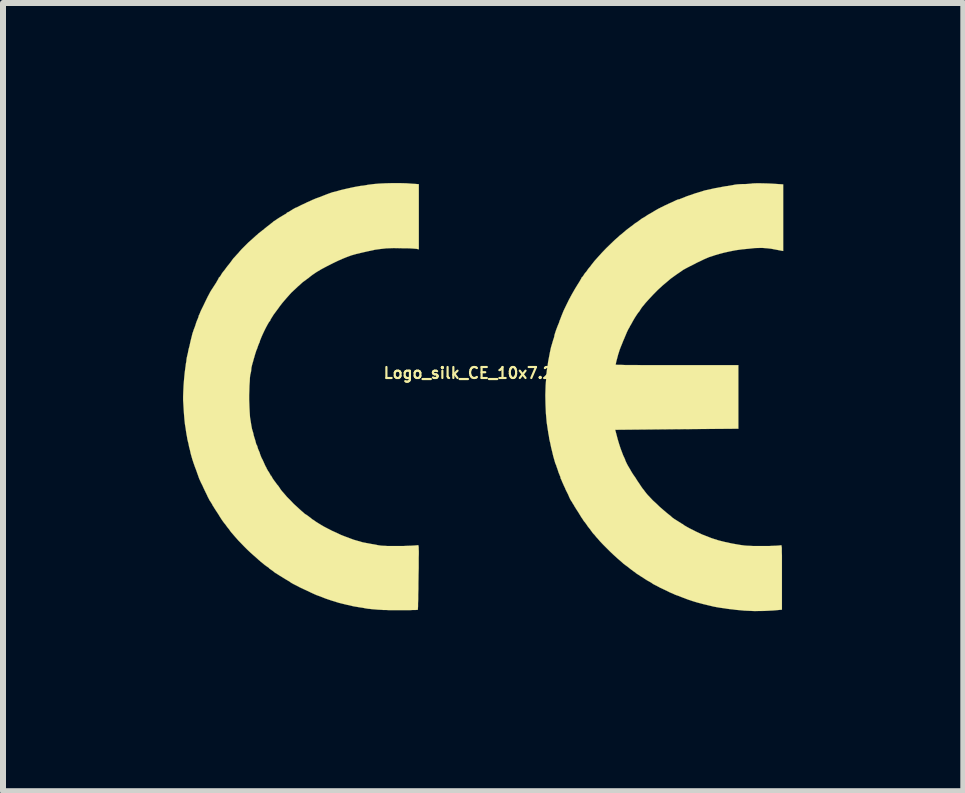
<source format=kicad_pcb>
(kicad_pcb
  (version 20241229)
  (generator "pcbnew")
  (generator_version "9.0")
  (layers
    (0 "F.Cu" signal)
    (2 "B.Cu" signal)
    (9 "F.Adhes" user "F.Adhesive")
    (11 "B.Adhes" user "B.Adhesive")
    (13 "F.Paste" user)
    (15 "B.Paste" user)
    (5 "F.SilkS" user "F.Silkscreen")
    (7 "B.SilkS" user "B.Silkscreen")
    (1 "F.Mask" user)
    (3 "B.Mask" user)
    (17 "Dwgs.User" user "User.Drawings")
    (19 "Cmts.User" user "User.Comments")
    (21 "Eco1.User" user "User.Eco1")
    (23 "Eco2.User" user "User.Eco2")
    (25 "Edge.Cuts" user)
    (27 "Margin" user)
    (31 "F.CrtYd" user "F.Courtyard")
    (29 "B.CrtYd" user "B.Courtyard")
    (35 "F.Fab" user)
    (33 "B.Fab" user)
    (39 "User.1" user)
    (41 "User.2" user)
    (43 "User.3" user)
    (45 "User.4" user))
  (footprint "Logo_silk_CE_10x7.2mm"
    (layer "F.Cu")
    (at 5 3.565)
    (property "Reference" "Logo_silk_CE_10x7.2mm" (at 0 -0.4 0) (layer "F.SilkS") (effects (font (size 0.183 0.183) (thickness 0.036))))
    (attr exclude_from_pos_files exclude_from_bom)
    (fp_poly (pts (xy 4.999 -2.433) (xy 4.971 -2.438) (xy 4.877 -2.456) (xy 4.798 -2.471) (xy 4.727 -2.479) (xy 4.658 -2.484) (xy 4.61 -2.484) (xy 4.524 -2.482) (xy 4.425 -2.471) (xy 4.318 -2.461) (xy 4.209 -2.446) (xy 4.107 -2.426) (xy 4.013 -2.405) (xy 3.937 -2.385) (xy 3.868 -2.365) (xy 3.815 -2.347) (xy 3.767 -2.332) (xy 3.724 -2.314) (xy 3.678 -2.294) (xy 3.625 -2.268) (xy 3.561 -2.238) (xy 3.528 -2.22) (xy 3.452 -2.182) (xy 3.388 -2.149) (xy 3.332 -2.118) (xy 3.282 -2.083) (xy 3.226 -2.045) (xy 3.162 -1.999) (xy 3.127 -1.974) (xy 3.061 -1.918) (xy 2.985 -1.854) (xy 2.908 -1.783) (xy 2.835 -1.709) (xy 2.769 -1.638) (xy 2.718 -1.582) (xy 2.692 -1.552) (xy 2.67 -1.524) (xy 2.654 -1.506) (xy 2.637 -1.483) (xy 2.619 -1.455) (xy 2.606 -1.433) (xy 2.596 -1.42) (xy 2.583 -1.405) (xy 2.56 -1.372) (xy 2.53 -1.326) (xy 2.497 -1.27) (xy 2.461 -1.204) (xy 2.449 -1.186) (xy 2.433 -1.153) (xy 2.418 -1.13) (xy 2.413 -1.118) (xy 2.405 -1.102) (xy 2.393 -1.077) (xy 2.388 -1.064) (xy 2.372 -1.026) (xy 2.355 -0.986) (xy 2.352 -0.978) (xy 2.332 -0.932) (xy 2.311 -0.879) (xy 2.289 -0.826) (xy 2.271 -0.777) (xy 2.258 -0.734) (xy 2.248 -0.706) (xy 2.248 -0.704) (xy 2.24 -0.673) (xy 2.23 -0.635) (xy 2.223 -0.61) (xy 2.215 -0.577) (xy 2.21 -0.551) (xy 2.207 -0.541) (xy 2.217 -0.538) (xy 2.248 -0.536) (xy 2.296 -0.536) (xy 2.365 -0.533) (xy 2.451 -0.533) (xy 2.553 -0.533) (xy 2.672 -0.531) (xy 2.809 -0.531) (xy 2.959 -0.531) (xy 3.124 -0.531) (xy 3.231 -0.531) (xy 4.252 -0.531) (xy 4.252 0) (xy 4.252 0.528) (xy 3.226 0.536) (xy 2.2 0.546) (xy 2.225 0.64) (xy 2.243 0.709) (xy 2.266 0.785) (xy 2.289 0.856) (xy 2.314 0.922) (xy 2.332 0.97) (xy 2.349 1.006) (xy 2.365 1.041) (xy 2.367 1.052) (xy 2.385 1.092) (xy 2.403 1.128) (xy 2.423 1.163) (xy 2.446 1.201) (xy 2.469 1.242) (xy 2.499 1.29) (xy 2.535 1.341) (xy 2.568 1.394) (xy 2.603 1.445) (xy 2.631 1.488) (xy 2.654 1.521) (xy 2.67 1.542) (xy 2.672 1.542) (xy 2.692 1.57) (xy 2.715 1.6) (xy 2.741 1.631) (xy 2.779 1.671) (xy 2.827 1.722) (xy 2.883 1.773) (xy 2.941 1.829) (xy 3 1.88) (xy 3.056 1.928) (xy 3.091 1.956) (xy 3.117 1.976) (xy 3.137 1.994) (xy 3.142 1.999) (xy 3.157 2.012) (xy 3.185 2.032) (xy 3.218 2.052) (xy 3.254 2.075) (xy 3.287 2.095) (xy 3.31 2.111) (xy 3.322 2.116) (xy 3.332 2.121) (xy 3.332 2.123) (xy 3.34 2.131) (xy 3.365 2.146) (xy 3.401 2.167) (xy 3.447 2.192) (xy 3.498 2.217) (xy 3.548 2.243) (xy 3.602 2.268) (xy 3.65 2.291) (xy 3.691 2.306) (xy 3.696 2.309) (xy 3.807 2.352) (xy 3.919 2.388) (xy 4.031 2.416) (xy 4.148 2.441) (xy 4.28 2.464) (xy 4.354 2.474) (xy 4.389 2.477) (xy 4.435 2.479) (xy 4.493 2.482) (xy 4.559 2.482) (xy 4.63 2.482) (xy 4.702 2.482) (xy 4.77 2.482) (xy 4.834 2.479) (xy 4.887 2.477) (xy 4.928 2.474) (xy 4.956 2.471) (xy 4.961 2.469) (xy 4.966 2.469) (xy 4.968 2.471) (xy 4.971 2.477) (xy 4.973 2.492) (xy 4.976 2.512) (xy 4.976 2.543) (xy 4.976 2.583) (xy 4.978 2.639) (xy 4.978 2.708) (xy 4.978 2.791) (xy 4.978 2.893) (xy 4.978 3.002) (xy 4.978 3.543) (xy 4.839 3.556) (xy 4.684 3.564) (xy 4.519 3.566) (xy 4.354 3.559) (xy 4.272 3.551) (xy 4.214 3.546) (xy 4.155 3.538) (xy 4.105 3.533) (xy 4.067 3.528) (xy 4.018 3.52) (xy 3.965 3.513) (xy 3.932 3.508) (xy 3.886 3.5) (xy 3.833 3.49) (xy 3.802 3.482) (xy 3.759 3.472) (xy 3.706 3.459) (xy 3.655 3.447) (xy 3.647 3.444) (xy 3.569 3.424) (xy 3.493 3.401) (xy 3.409 3.373) (xy 3.317 3.338) (xy 3.277 3.322) (xy 3.251 3.312) (xy 3.223 3.302) (xy 3.221 3.302) (xy 3.195 3.292) (xy 3.157 3.274) (xy 3.109 3.254) (xy 3.058 3.228) (xy 3.005 3.203) (xy 2.951 3.178) (xy 2.903 3.152) (xy 2.863 3.132) (xy 2.835 3.117) (xy 2.822 3.109) (xy 2.809 3.099) (xy 2.797 3.091) (xy 2.756 3.068) (xy 2.725 3.051) (xy 2.715 3.043) (xy 2.7 3.035) (xy 2.675 3.018) (xy 2.642 2.997) (xy 2.626 2.987) (xy 2.591 2.964) (xy 2.563 2.946) (xy 2.548 2.936) (xy 2.545 2.934) (xy 2.535 2.924) (xy 2.512 2.908) (xy 2.504 2.903) (xy 2.482 2.885) (xy 2.466 2.875) (xy 2.464 2.873) (xy 2.451 2.863) (xy 2.431 2.847) (xy 2.423 2.84) (xy 2.367 2.799) (xy 2.337 2.776) (xy 2.324 2.764) (xy 2.301 2.743) (xy 2.268 2.715) (xy 2.23 2.682) (xy 2.223 2.675) (xy 2.174 2.631) (xy 2.116 2.576) (xy 2.057 2.517) (xy 1.999 2.459) (xy 1.946 2.403) (xy 1.905 2.355) (xy 1.892 2.342) (xy 1.869 2.314) (xy 1.849 2.289) (xy 1.844 2.286) (xy 1.824 2.263) (xy 1.803 2.233) (xy 1.798 2.228) (xy 1.783 2.205) (xy 1.77 2.189) (xy 1.768 2.187) (xy 1.76 2.177) (xy 1.742 2.154) (xy 1.727 2.131) (xy 1.707 2.103) (xy 1.692 2.083) (xy 1.684 2.075) (xy 1.676 2.065) (xy 1.661 2.04) (xy 1.638 2.007) (xy 1.613 1.966) (xy 1.61 1.961) (xy 1.585 1.92) (xy 1.562 1.885) (xy 1.544 1.857) (xy 1.537 1.844) (xy 1.527 1.831) (xy 1.514 1.806) (xy 1.491 1.77) (xy 1.488 1.765) (xy 1.478 1.745) (xy 1.471 1.737) (xy 1.463 1.725) (xy 1.45 1.702) (xy 1.433 1.666) (xy 1.415 1.623) (xy 1.394 1.582) (xy 1.374 1.542) (xy 1.364 1.516) (xy 1.349 1.486) (xy 1.331 1.445) (xy 1.316 1.412) (xy 1.303 1.379) (xy 1.29 1.354) (xy 1.288 1.339) (xy 1.283 1.321) (xy 1.278 1.311) (xy 1.27 1.29) (xy 1.257 1.26) (xy 1.247 1.227) (xy 1.234 1.189) (xy 1.222 1.156) (xy 1.217 1.138) (xy 1.201 1.102) (xy 1.186 1.049) (xy 1.168 0.986) (xy 1.151 0.914) (xy 1.133 0.841) (xy 1.118 0.767) (xy 1.102 0.701) (xy 1.095 0.648) (xy 1.087 0.61) (xy 1.082 0.574) (xy 1.079 0.556) (xy 1.059 0.424) (xy 1.046 0.277) (xy 1.039 0.122) (xy 1.036 -0.033) (xy 1.041 -0.185) (xy 1.041 -0.191) (xy 1.046 -0.257) (xy 1.052 -0.32) (xy 1.054 -0.376) (xy 1.059 -0.422) (xy 1.062 -0.447) (xy 1.069 -0.493) (xy 1.077 -0.544) (xy 1.082 -0.584) (xy 1.097 -0.663) (xy 1.113 -0.747) (xy 1.13 -0.826) (xy 1.151 -0.897) (xy 1.168 -0.955) (xy 1.176 -0.978) (xy 1.184 -1.003) (xy 1.186 -1.019) (xy 1.189 -1.036) (xy 1.199 -1.067) (xy 1.212 -1.107) (xy 1.229 -1.153) (xy 1.247 -1.199) (xy 1.257 -1.222) (xy 1.265 -1.242) (xy 1.275 -1.275) (xy 1.283 -1.293) (xy 1.308 -1.359) (xy 1.341 -1.44) (xy 1.384 -1.529) (xy 1.43 -1.623) (xy 1.481 -1.717) (xy 1.532 -1.806) (xy 1.582 -1.887) (xy 1.6 -1.915) (xy 1.618 -1.946) (xy 1.631 -1.968) (xy 1.636 -1.979) (xy 1.641 -1.991) (xy 1.643 -1.994) (xy 1.654 -2.002) (xy 1.666 -2.019) (xy 1.669 -2.022) (xy 1.684 -2.047) (xy 1.699 -2.068) (xy 1.714 -2.083) (xy 1.732 -2.108) (xy 1.737 -2.116) (xy 1.755 -2.141) (xy 1.77 -2.159) (xy 1.773 -2.162) (xy 1.786 -2.177) (xy 1.803 -2.202) (xy 1.808 -2.207) (xy 1.854 -2.266) (xy 1.913 -2.332) (xy 1.979 -2.405) (xy 2.05 -2.479) (xy 2.123 -2.55) (xy 2.195 -2.619) (xy 2.261 -2.677) (xy 2.268 -2.685) (xy 2.306 -2.715) (xy 2.339 -2.743) (xy 2.365 -2.764) (xy 2.377 -2.776) (xy 2.426 -2.814) (xy 2.464 -2.842) (xy 2.489 -2.86) (xy 2.507 -2.875) (xy 2.512 -2.878) (xy 2.527 -2.891) (xy 2.553 -2.908) (xy 2.563 -2.913) (xy 2.591 -2.934) (xy 2.614 -2.951) (xy 2.619 -2.954) (xy 2.642 -2.972) (xy 2.664 -2.985) (xy 2.687 -2.997) (xy 2.697 -3.005) (xy 2.71 -3.012) (xy 2.728 -3.025) (xy 2.748 -3.038) (xy 2.781 -3.056) (xy 2.819 -3.078) (xy 2.832 -3.086) (xy 2.873 -3.111) (xy 2.913 -3.134) (xy 2.949 -3.152) (xy 2.954 -3.155) (xy 3.025 -3.19) (xy 3.091 -3.221) (xy 3.147 -3.246) (xy 3.195 -3.269) (xy 3.228 -3.284) (xy 3.249 -3.292) (xy 3.266 -3.294) (xy 3.299 -3.307) (xy 3.35 -3.327) (xy 3.388 -3.343) (xy 3.533 -3.393) (xy 3.693 -3.442) (xy 3.866 -3.48) (xy 4.046 -3.513) (xy 4.069 -3.515) (xy 4.115 -3.523) (xy 4.161 -3.531) (xy 4.194 -3.538) (xy 4.232 -3.543) (xy 4.277 -3.546) (xy 4.318 -3.548) (xy 4.364 -3.548) (xy 4.417 -3.551) (xy 4.473 -3.556) (xy 4.488 -3.559) (xy 4.549 -3.561) (xy 4.625 -3.561) (xy 4.717 -3.559) (xy 4.793 -3.556) (xy 4.999 -3.543) (xy 4.999 -2.987) (xy 4.999 -2.433)) (stroke (width 0.003) (type solid)) (fill yes) (layer "F.SilkS"))
    (fp_poly (pts (xy -1.072 -2.461) (xy -1.11 -2.469) (xy -1.133 -2.471) (xy -1.171 -2.474) (xy -1.222 -2.477) (xy -1.283 -2.479) (xy -1.346 -2.479) (xy -1.491 -2.482) (xy -1.618 -2.477) (xy -1.732 -2.464) (xy -1.803 -2.454) (xy -1.923 -2.428) (xy -2.024 -2.405) (xy -2.116 -2.383) (xy -2.197 -2.36) (xy -2.273 -2.332) (xy -2.349 -2.301) (xy -2.428 -2.266) (xy -2.502 -2.23) (xy -2.603 -2.179) (xy -2.697 -2.129) (xy -2.779 -2.08) (xy -2.845 -2.035) (xy -2.896 -1.996) (xy -2.906 -1.986) (xy -2.921 -1.976) (xy -2.946 -1.958) (xy -2.954 -1.951) (xy -2.979 -1.933) (xy -2.997 -1.92) (xy -3.002 -1.918) (xy -3.015 -1.905) (xy -3.038 -1.885) (xy -3.068 -1.857) (xy -3.084 -1.844) (xy -3.127 -1.803) (xy -3.165 -1.768) (xy -3.2 -1.735) (xy -3.236 -1.694) (xy -3.277 -1.648) (xy -3.31 -1.61) (xy -3.348 -1.565) (xy -3.386 -1.516) (xy -3.424 -1.463) (xy -3.462 -1.412) (xy -3.495 -1.367) (xy -3.52 -1.326) (xy -3.538 -1.298) (xy -3.546 -1.28) (xy -3.546 -1.278) (xy -3.553 -1.265) (xy -3.564 -1.255) (xy -3.581 -1.227) (xy -3.602 -1.189) (xy -3.625 -1.146) (xy -3.65 -1.095) (xy -3.673 -1.046) (xy -3.693 -1.001) (xy -3.708 -0.963) (xy -3.719 -0.937) (xy -3.721 -0.927) (xy -3.726 -0.907) (xy -3.729 -0.904) (xy -3.736 -0.889) (xy -3.747 -0.861) (xy -3.752 -0.848) (xy -3.762 -0.818) (xy -3.769 -0.798) (xy -3.772 -0.792) (xy -3.777 -0.782) (xy -3.782 -0.767) (xy -3.79 -0.742) (xy -3.802 -0.704) (xy -3.815 -0.658) (xy -3.823 -0.632) (xy -3.833 -0.594) (xy -3.843 -0.561) (xy -3.853 -0.523) (xy -3.861 -0.488) (xy -3.863 -0.465) (xy -3.866 -0.432) (xy -3.873 -0.399) (xy -3.881 -0.368) (xy -3.886 -0.32) (xy -3.889 -0.257) (xy -3.894 -0.188) (xy -3.896 -0.109) (xy -3.899 -0.03) (xy -3.899 0.043) (xy -3.896 0.117) (xy -3.894 0.173) (xy -3.889 0.264) (xy -3.884 0.34) (xy -3.873 0.406) (xy -3.863 0.47) (xy -3.851 0.533) (xy -3.83 0.602) (xy -3.823 0.638) (xy -3.81 0.681) (xy -3.797 0.721) (xy -3.79 0.749) (xy -3.782 0.78) (xy -3.774 0.798) (xy -3.772 0.8) (xy -3.764 0.815) (xy -3.757 0.843) (xy -3.752 0.859) (xy -3.741 0.886) (xy -3.731 0.909) (xy -3.729 0.914) (xy -3.721 0.932) (xy -3.721 0.937) (xy -3.716 0.953) (xy -3.706 0.98) (xy -3.691 1.016) (xy -3.678 1.039) (xy -3.658 1.082) (xy -3.64 1.123) (xy -3.625 1.156) (xy -3.619 1.163) (xy -3.604 1.196) (xy -3.584 1.232) (xy -3.576 1.242) (xy -3.559 1.27) (xy -3.548 1.29) (xy -3.546 1.295) (xy -3.541 1.308) (xy -3.536 1.308) (xy -3.528 1.316) (xy -3.526 1.321) (xy -3.52 1.333) (xy -3.505 1.359) (xy -3.482 1.392) (xy -3.457 1.425) (xy -3.432 1.46) (xy -3.419 1.473) (xy -3.404 1.494) (xy -3.386 1.521) (xy -3.378 1.534) (xy -3.353 1.567) (xy -3.315 1.61) (xy -3.269 1.664) (xy -3.213 1.72) (xy -3.155 1.781) (xy -3.091 1.839) (xy -3.061 1.867) (xy -3.025 1.9) (xy -3 1.92) (xy -2.982 1.938) (xy -2.964 1.951) (xy -2.944 1.963) (xy -2.918 1.981) (xy -2.891 2.002) (xy -2.87 2.017) (xy -2.863 2.024) (xy -2.85 2.035) (xy -2.822 2.052) (xy -2.786 2.078) (xy -2.741 2.106) (xy -2.695 2.134) (xy -2.647 2.162) (xy -2.583 2.195) (xy -2.515 2.23) (xy -2.441 2.263) (xy -2.372 2.296) (xy -2.314 2.319) (xy -2.159 2.377) (xy -2.007 2.421) (xy -1.847 2.451) (xy -1.844 2.451) (xy -1.798 2.459) (xy -1.75 2.469) (xy -1.717 2.474) (xy -1.692 2.477) (xy -1.651 2.479) (xy -1.598 2.482) (xy -1.534 2.482) (xy -1.466 2.482) (xy -1.394 2.482) (xy -1.323 2.482) (xy -1.257 2.479) (xy -1.196 2.477) (xy -1.146 2.474) (xy -1.11 2.471) (xy -1.09 2.469) (xy -1.085 2.466) (xy -1.082 2.469) (xy -1.079 2.474) (xy -1.077 2.484) (xy -1.074 2.502) (xy -1.074 2.53) (xy -1.072 2.568) (xy -1.072 2.616) (xy -1.074 2.68) (xy -1.074 2.758) (xy -1.074 2.852) (xy -1.077 2.967) (xy -1.077 3) (xy -1.079 3.104) (xy -1.079 3.2) (xy -1.082 3.289) (xy -1.082 3.368) (xy -1.085 3.434) (xy -1.085 3.487) (xy -1.087 3.523) (xy -1.087 3.543) (xy -1.097 3.546) (xy -1.128 3.548) (xy -1.171 3.548) (xy -1.224 3.551) (xy -1.288 3.551) (xy -1.356 3.551) (xy -1.425 3.551) (xy -1.496 3.551) (xy -1.56 3.551) (xy -1.621 3.548) (xy -1.669 3.548) (xy -1.687 3.546) (xy -1.748 3.543) (xy -1.808 3.538) (xy -1.864 3.533) (xy -1.905 3.528) (xy -1.915 3.528) (xy -1.963 3.52) (xy -2.014 3.51) (xy -2.05 3.505) (xy -2.159 3.487) (xy -2.281 3.459) (xy -2.403 3.429) (xy -2.52 3.393) (xy -2.624 3.358) (xy -2.662 3.343) (xy -2.682 3.335) (xy -2.715 3.322) (xy -2.743 3.312) (xy -2.779 3.299) (xy -2.824 3.279) (xy -2.878 3.254) (xy -2.936 3.226) (xy -2.997 3.198) (xy -3.056 3.17) (xy -3.109 3.142) (xy -3.155 3.119) (xy -3.188 3.101) (xy -3.208 3.089) (xy -3.211 3.086) (xy -3.221 3.078) (xy -3.241 3.066) (xy -3.272 3.048) (xy -3.31 3.025) (xy -3.35 3) (xy -3.393 2.974) (xy -3.432 2.949) (xy -3.462 2.931) (xy -3.48 2.918) (xy -3.485 2.913) (xy -3.498 2.903) (xy -3.518 2.888) (xy -3.526 2.883) (xy -3.551 2.865) (xy -3.566 2.855) (xy -3.566 2.852) (xy -3.576 2.842) (xy -3.599 2.827) (xy -3.63 2.804) (xy -3.635 2.802) (xy -3.668 2.774) (xy -3.696 2.751) (xy -3.716 2.736) (xy -3.716 2.733) (xy -3.736 2.718) (xy -3.764 2.692) (xy -3.792 2.667) (xy -3.83 2.634) (xy -3.876 2.593) (xy -3.929 2.543) (xy -3.983 2.489) (xy -4.034 2.436) (xy -4.079 2.39) (xy -4.112 2.352) (xy -4.115 2.349) (xy -4.15 2.309) (xy -4.178 2.276) (xy -4.201 2.25) (xy -4.219 2.225) (xy -4.239 2.197) (xy -4.252 2.182) (xy -4.277 2.149) (xy -4.295 2.123) (xy -4.308 2.108) (xy -4.326 2.085) (xy -4.351 2.05) (xy -4.381 2.004) (xy -4.412 1.953) (xy -4.437 1.915) (xy -4.46 1.88) (xy -4.481 1.847) (xy -4.493 1.826) (xy -4.498 1.821) (xy -4.506 1.808) (xy -4.508 1.803) (xy -4.514 1.791) (xy -4.526 1.77) (xy -4.536 1.755) (xy -4.547 1.737) (xy -4.559 1.72) (xy -4.572 1.694) (xy -4.587 1.666) (xy -4.605 1.626) (xy -4.63 1.575) (xy -4.663 1.506) (xy -4.676 1.476) (xy -4.702 1.425) (xy -4.719 1.387) (xy -4.732 1.359) (xy -4.74 1.336) (xy -4.747 1.316) (xy -4.755 1.293) (xy -4.757 1.288) (xy -4.768 1.257) (xy -4.783 1.214) (xy -4.801 1.168) (xy -4.808 1.148) (xy -4.826 1.097) (xy -4.846 1.036) (xy -4.864 0.973) (xy -4.872 0.945) (xy -4.884 0.889) (xy -4.9 0.828) (xy -4.91 0.775) (xy -4.917 0.749) (xy -4.928 0.704) (xy -4.935 0.658) (xy -4.943 0.62) (xy -4.943 0.617) (xy -4.95 0.574) (xy -4.956 0.528) (xy -4.958 0.516) (xy -4.968 0.457) (xy -4.976 0.384) (xy -4.983 0.302) (xy -4.989 0.216) (xy -4.994 0.13) (xy -4.999 0.053) (xy -4.999 -0.005) (xy -4.996 -0.091) (xy -4.991 -0.193) (xy -4.983 -0.297) (xy -4.973 -0.401) (xy -4.961 -0.493) (xy -4.958 -0.511) (xy -4.953 -0.554) (xy -4.945 -0.597) (xy -4.943 -0.622) (xy -4.938 -0.655) (xy -4.928 -0.699) (xy -4.917 -0.744) (xy -4.917 -0.749) (xy -4.907 -0.798) (xy -4.892 -0.853) (xy -4.879 -0.914) (xy -4.872 -0.945) (xy -4.856 -1.008) (xy -4.844 -1.057) (xy -4.831 -1.095) (xy -4.821 -1.125) (xy -4.816 -1.138) (xy -4.808 -1.158) (xy -4.796 -1.191) (xy -4.785 -1.227) (xy -4.773 -1.262) (xy -4.76 -1.293) (xy -4.752 -1.311) (xy -4.745 -1.331) (xy -4.742 -1.339) (xy -4.74 -1.354) (xy -4.727 -1.379) (xy -4.712 -1.417) (xy -4.702 -1.44) (xy -4.663 -1.519) (xy -4.633 -1.582) (xy -4.608 -1.633) (xy -4.587 -1.676) (xy -4.569 -1.709) (xy -4.552 -1.742) (xy -4.534 -1.773) (xy -4.511 -1.808) (xy -4.486 -1.847) (xy -4.455 -1.895) (xy -4.45 -1.902) (xy -4.43 -1.938) (xy -4.415 -1.963) (xy -4.407 -1.981) (xy -4.407 -1.984) (xy -4.399 -1.994) (xy -4.389 -2.002) (xy -4.374 -2.022) (xy -4.371 -2.029) (xy -4.354 -2.057) (xy -4.338 -2.08) (xy -4.336 -2.083) (xy -4.323 -2.098) (xy -4.303 -2.123) (xy -4.275 -2.162) (xy -4.244 -2.202) (xy -4.242 -2.202) (xy -4.211 -2.243) (xy -4.183 -2.281) (xy -4.161 -2.311) (xy -4.145 -2.327) (xy -4.13 -2.344) (xy -4.105 -2.372) (xy -4.074 -2.405) (xy -4.064 -2.418) (xy -4.023 -2.464) (xy -3.988 -2.499) (xy -3.952 -2.535) (xy -3.914 -2.573) (xy -3.871 -2.611) (xy -3.823 -2.654) (xy -3.787 -2.687) (xy -3.759 -2.71) (xy -3.741 -2.728) (xy -3.726 -2.738) (xy -3.711 -2.751) (xy -3.701 -2.758) (xy -3.673 -2.781) (xy -3.647 -2.799) (xy -3.645 -2.804) (xy -3.625 -2.819) (xy -3.597 -2.842) (xy -3.566 -2.865) (xy -3.538 -2.888) (xy -3.515 -2.906) (xy -3.505 -2.913) (xy -3.495 -2.924) (xy -3.47 -2.939) (xy -3.437 -2.962) (xy -3.399 -2.987) (xy -3.36 -3.01) (xy -3.327 -3.03) (xy -3.302 -3.045) (xy -3.294 -3.048) (xy -3.277 -3.061) (xy -3.272 -3.068) (xy -3.264 -3.076) (xy -3.259 -3.076) (xy -3.246 -3.081) (xy -3.221 -3.096) (xy -3.205 -3.106) (xy -3.172 -3.127) (xy -3.132 -3.15) (xy -3.101 -3.162) (xy -3.066 -3.18) (xy -3.02 -3.203) (xy -2.969 -3.226) (xy -2.934 -3.244) (xy -2.883 -3.266) (xy -2.845 -3.284) (xy -2.814 -3.297) (xy -2.791 -3.307) (xy -2.769 -3.315) (xy -2.748 -3.322) (xy -2.637 -3.365) (xy -2.596 -3.381) (xy -2.563 -3.393) (xy -2.512 -3.411) (xy -2.449 -3.426) (xy -2.377 -3.447) (xy -2.301 -3.465) (xy -2.225 -3.482) (xy -2.151 -3.498) (xy -2.085 -3.51) (xy -2.04 -3.518) (xy -1.991 -3.523) (xy -1.946 -3.531) (xy -1.908 -3.538) (xy -1.905 -3.538) (xy -1.826 -3.548) (xy -1.732 -3.556) (xy -1.626 -3.561) (xy -1.511 -3.564) (xy -1.394 -3.564) (xy -1.28 -3.561) (xy -1.173 -3.553) (xy -1.135 -3.551) (xy -1.072 -3.546) (xy -1.072 -3.002) (xy -1.072 -2.461)) (stroke (width 0.003) (type solid)) (fill yes) (layer "F.SilkS")))
  (gr_rect
    (start -3 -3)
    (end 13 10.132)
    (stroke (width 0.1) (type default))
    (fill no)
    (layer "Edge.Cuts")))
</source>
